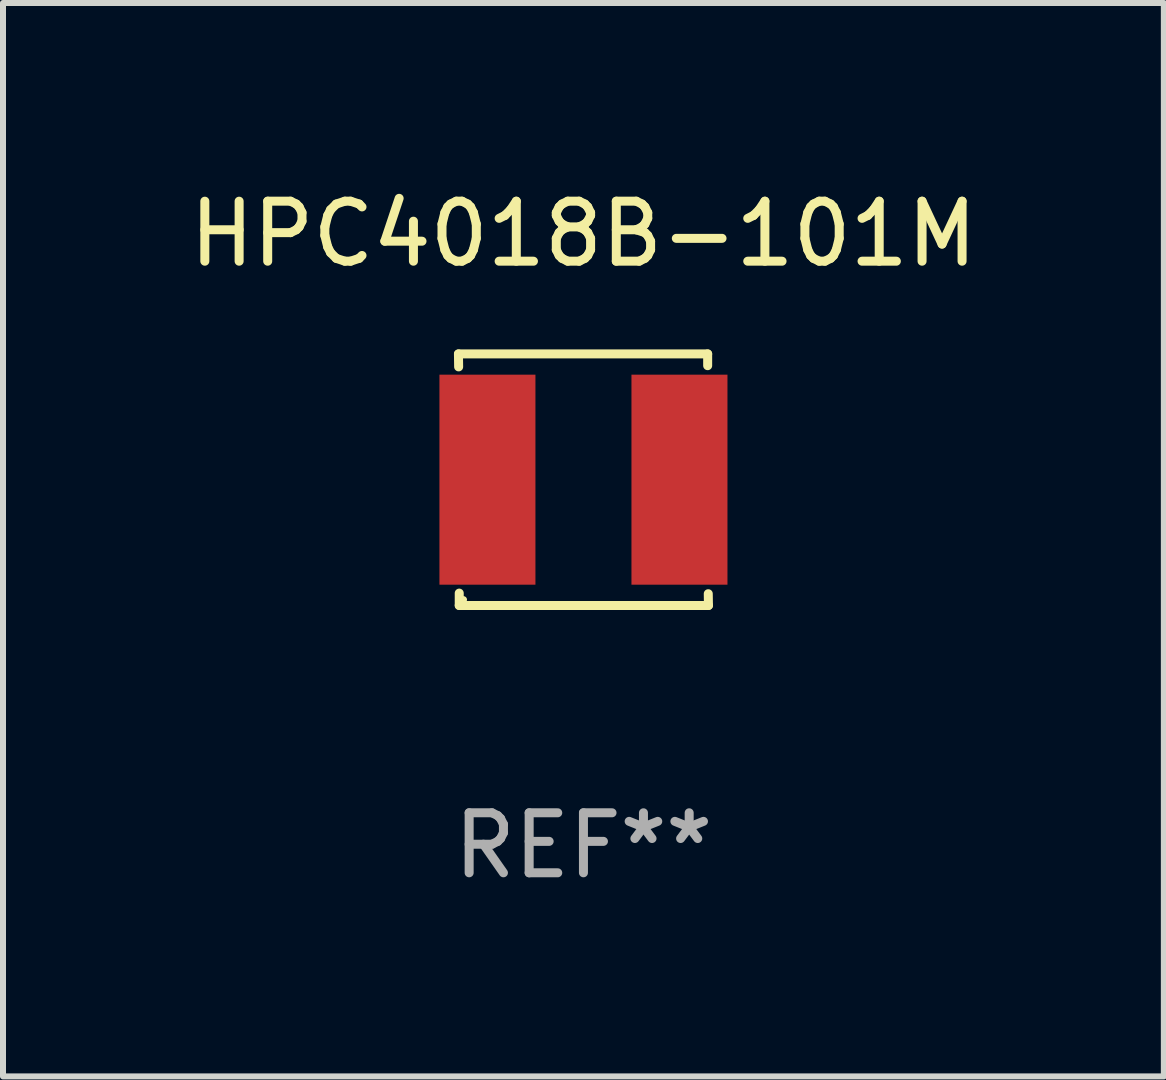
<source format=kicad_pcb>
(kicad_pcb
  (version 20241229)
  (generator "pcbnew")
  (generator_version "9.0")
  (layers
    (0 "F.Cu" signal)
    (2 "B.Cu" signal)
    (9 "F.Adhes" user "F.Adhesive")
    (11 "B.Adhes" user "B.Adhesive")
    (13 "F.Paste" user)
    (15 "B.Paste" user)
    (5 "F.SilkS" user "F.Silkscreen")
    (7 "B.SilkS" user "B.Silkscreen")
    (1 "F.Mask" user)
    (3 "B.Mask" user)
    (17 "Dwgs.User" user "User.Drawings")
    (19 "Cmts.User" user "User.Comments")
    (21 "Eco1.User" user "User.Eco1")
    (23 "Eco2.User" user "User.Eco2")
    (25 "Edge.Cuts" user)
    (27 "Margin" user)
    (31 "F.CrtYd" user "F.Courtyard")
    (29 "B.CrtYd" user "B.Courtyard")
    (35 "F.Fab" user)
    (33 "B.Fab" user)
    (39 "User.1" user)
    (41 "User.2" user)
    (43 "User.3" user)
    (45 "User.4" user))
  (footprint "HPC4018B-101M"
    (layer "F.Cu")
    (at 6.673 4.944)
    (property "Reference" "HPC4018B-101M" (at 0 -4.096 0) (layer "F.SilkS") (effects (font (size 1 1) (thickness 0.15))))
    (attr through_hole)
    (fp_line (start -2.083 -2.096) (end -2.08 -1.88) (stroke (width 0.15) (type solid)) (layer "F.SilkS"))
    (fp_line (start -2.07 1.89) (end -2.07 2.096) (stroke (width 0.15) (type solid)) (layer "F.SilkS"))
    (fp_line (start -2.07 2.096) (end 2.083 2.096) (stroke (width 0.15) (type solid)) (layer "F.SilkS"))
    (fp_line (start 2.07 -1.9) (end 2.07 -2.096) (stroke (width 0.15) (type solid)) (layer "F.SilkS"))
    (fp_line (start 2.07 -2.096) (end -2.083 -2.096) (stroke (width 0.15) (type solid)) (layer "F.SilkS"))
    (fp_line (start 2.083 2.096) (end 2.08 1.9) (stroke (width 0.15) (type solid)) (layer "F.SilkS"))
    (fp_circle (center -2 2) (end -1.97 2) (stroke (width 0.06) (type solid)) (fill no) (layer "F.SilkS"))
    (fp_text user "REF**" (at 0 6.096 0) (layer "F.Fab") (effects (font (size 1 1) (thickness 0.15))))
    (pad "1" smd rect (at -1.6 -0.000343) (size 1.6 3.5) (layers "F.Cu" "F.Mask" "F.Paste"))
    (pad "2" smd rect (at 1.6 -0.000343) (size 1.6 3.5) (layers "F.Cu" "F.Mask" "F.Paste")))
  (gr_rect
    (start -3 -3)
    (end 16.345 14.888)
    (stroke (width 0.1) (type default))
    (fill no)
    (layer "Edge.Cuts")))
</source>
